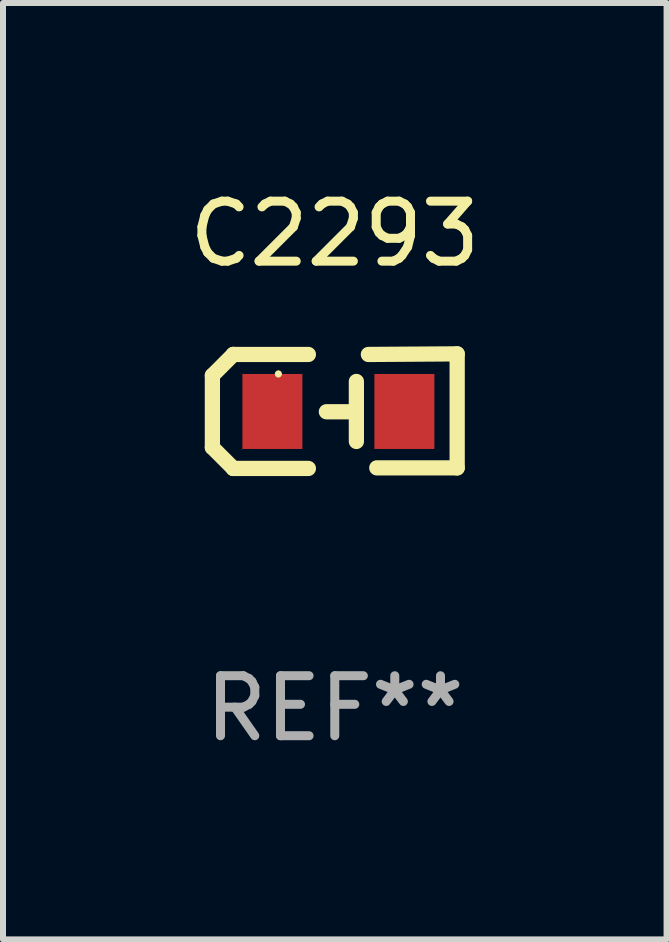
<source format=kicad_pcb>
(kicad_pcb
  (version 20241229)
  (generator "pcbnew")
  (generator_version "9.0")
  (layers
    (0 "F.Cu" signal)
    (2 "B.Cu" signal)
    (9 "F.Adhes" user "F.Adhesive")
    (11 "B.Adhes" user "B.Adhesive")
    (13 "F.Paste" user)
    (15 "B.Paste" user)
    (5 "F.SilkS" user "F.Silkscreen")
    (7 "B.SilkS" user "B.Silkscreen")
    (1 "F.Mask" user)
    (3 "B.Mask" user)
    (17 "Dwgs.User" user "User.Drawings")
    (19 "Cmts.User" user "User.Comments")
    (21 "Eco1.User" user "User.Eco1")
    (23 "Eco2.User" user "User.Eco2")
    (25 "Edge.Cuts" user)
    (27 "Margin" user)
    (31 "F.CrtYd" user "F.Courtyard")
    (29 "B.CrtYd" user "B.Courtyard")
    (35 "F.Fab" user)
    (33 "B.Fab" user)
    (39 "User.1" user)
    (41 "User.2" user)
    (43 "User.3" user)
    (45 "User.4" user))
  (footprint "C2293"
    (layer "F.Cu")
    (at 2.53 3.803)
    (property "Reference" "C2293" (at 0 -2.955 0) (layer "F.SilkS") (effects (font (size 1 1) (thickness 0.15))))
    (attr through_hole)
    (fp_line (start -2.04 -0.595) (end -2.04 0.605) (stroke (width 0.254) (type solid)) (layer "F.SilkS"))
    (fp_line (start -1.69 -0.945) (end -1.69 -0.945) (stroke (width 0.254) (type solid)) (layer "F.SilkS"))
    (fp_line (start -1.69 -0.945) (end -2.04 -0.595) (stroke (width 0.254) (type solid)) (layer "F.SilkS"))
    (fp_line (start -1.69 0.955) (end -2.04 0.605) (stroke (width 0.254) (type solid)) (layer "F.SilkS"))
    (fp_line (start -1.69 0.955) (end -1.69 0.955) (stroke (width 0.254) (type solid)) (layer "F.SilkS"))
    (fp_line (start -0.44 -0.945) (end -1.69 -0.945) (stroke (width 0.254) (type solid)) (layer "F.SilkS"))
    (fp_line (start -0.44 0.955) (end -1.69 0.955) (stroke (width 0.254) (type solid)) (layer "F.SilkS"))
    (fp_line (start 0.36 -0.495) (end 0.36 0.505) (stroke (width 0.254) (type solid)) (layer "F.SilkS"))
    (fp_line (start 0.36 0.01) (end -0.14 0.01) (stroke (width 0.254) (type solid)) (layer "F.SilkS"))
    (fp_line (start 0.56 -0.945) (end 2.04 -0.955) (stroke (width 0.254) (type solid)) (layer "F.SilkS"))
    (fp_line (start 0.7 0.945) (end 2.04 0.945) (stroke (width 0.254) (type solid)) (layer "F.SilkS"))
    (fp_line (start 2.04 -0.955) (end 2.04 0.945) (stroke (width 0.254) (type solid)) (layer "F.SilkS"))
    (fp_circle (center -0.94 -0.62) (end -0.91 -0.62) (stroke (width 0.06) (type solid)) (fill no) (layer "F.SilkS"))
    (fp_text user "REF**" (at 0 4.955 0) (layer "F.Fab") (effects (font (size 1 1) (thickness 0.15))))
    (pad "1" smd rect (at -1.04 0.005 180) (size 1 1.25) (layers "F.Cu" "F.Mask" "F.Paste"))
    (pad "2" smd rect (at 1.16 0.005 180) (size 1 1.25) (layers "F.Cu" "F.Mask" "F.Paste")))
  (gr_rect
    (start -3 -3)
    (end 8.06 12.607)
    (stroke (width 0.1) (type default))
    (fill no)
    (layer "Edge.Cuts")))
</source>
